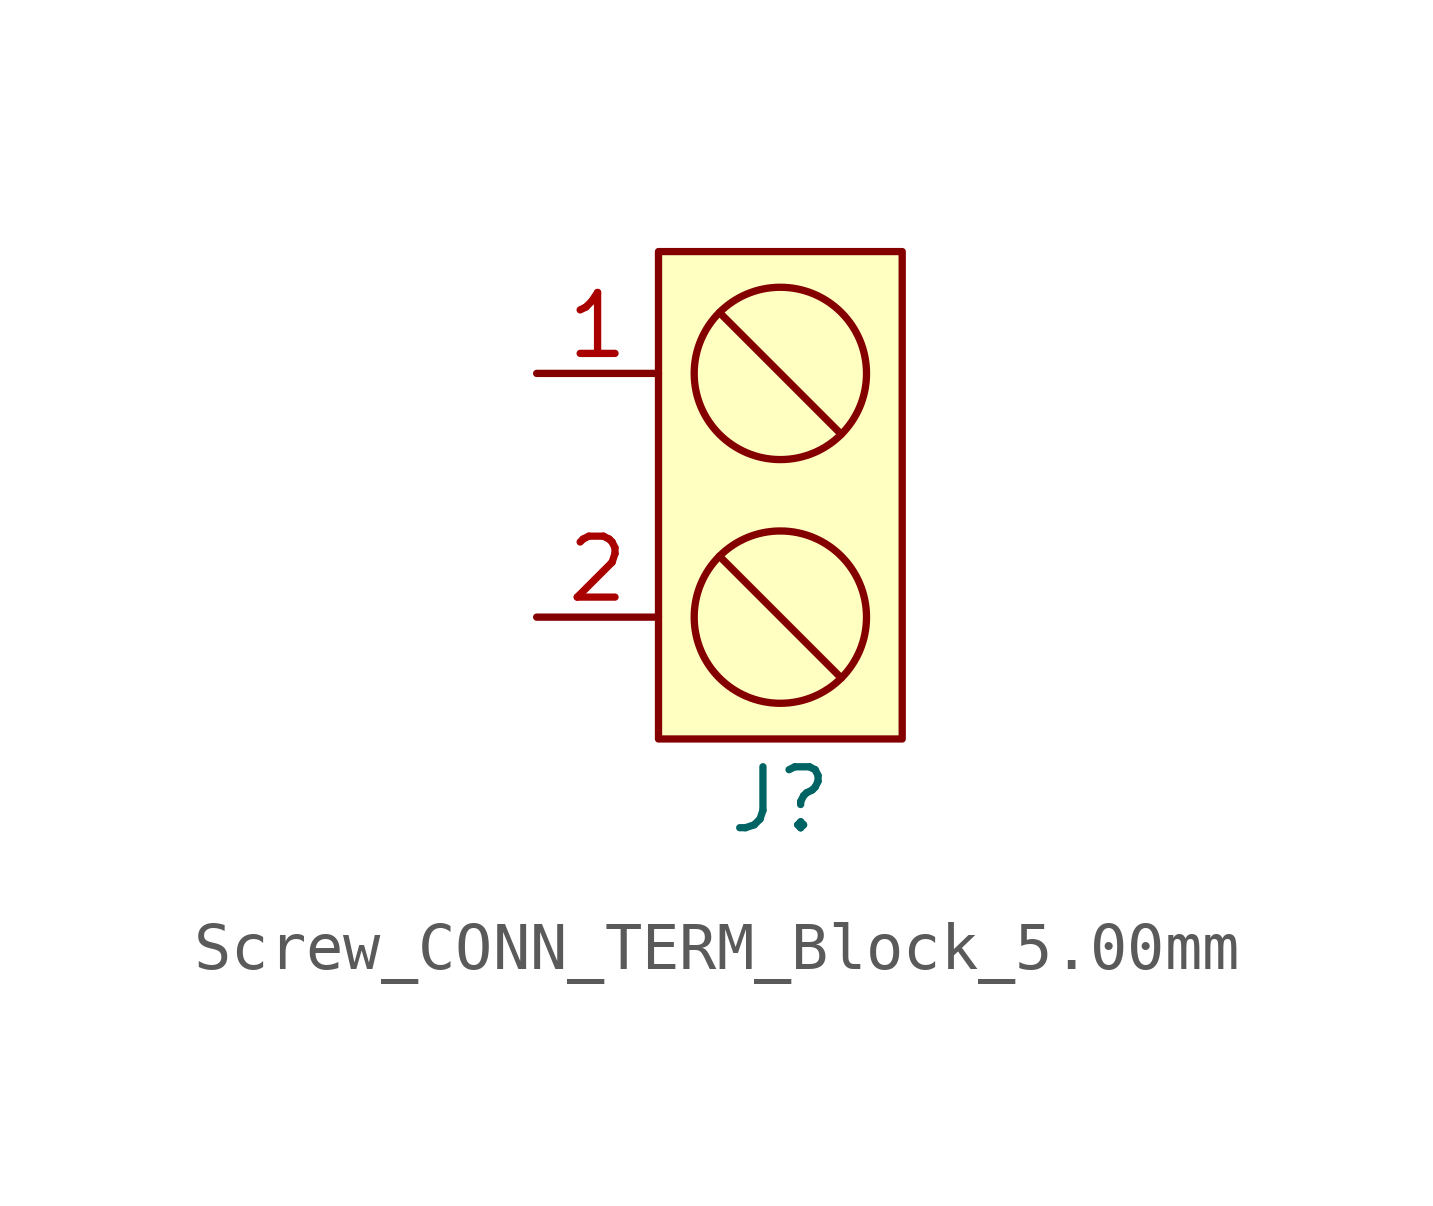
<source format=kicad_sym>
(kicad_symbol_lib
  (version 20220914)
  (generator kicad_symbol_editor)
  (symbol "Screw_CONN_TERM_Block_5.00mm"
    (property "Reference" "J"
      (at 0 -2.54 0)
      (effects (font (size 1.27 1.27))))
    (property "Value" ""
      (at 2.54 2.54 0)
      (effects (font (size 1.27 1.27))))
    (symbol "Screw_CONN_TERM_Block_5.00mm_0_1"
      (polyline (pts (xy -1.27 2.54) (xy 1.27 0)) (stroke (width 0) (type default)) (fill (type none)))
      (polyline (pts (xy -1.27 7.62) (xy 1.27 5.08)) (stroke (width 0) (type default)) (fill (type none)))
      (circle (center 0 1.27) (radius 1.796) (stroke (width 0) (type default)) (fill (type none)))
      (circle (center 0 6.35) (radius 1.796) (stroke (width 0) (type default)) (fill (type none))))
    (symbol "Screw_CONN_TERM_Block_5.00mm_1_1"
      (rectangle (start -2.54 8.89) (end 2.54 -1.27) (stroke (width 0) (type default)) (fill (type background)))
      (pin input line (at -5.08 6.35 0) (length 2.54) (name "" (effects (font (size 1.27 1.27)))) (number "1" (effects (font (size 1.27 1.27)))))
      (pin input line (at -5.08 1.27 0) (length 2.54) (name "" (effects (font (size 1.27 1.27)))) (number "2" (effects (font (size 1.27 1.27))))))))
</source>
